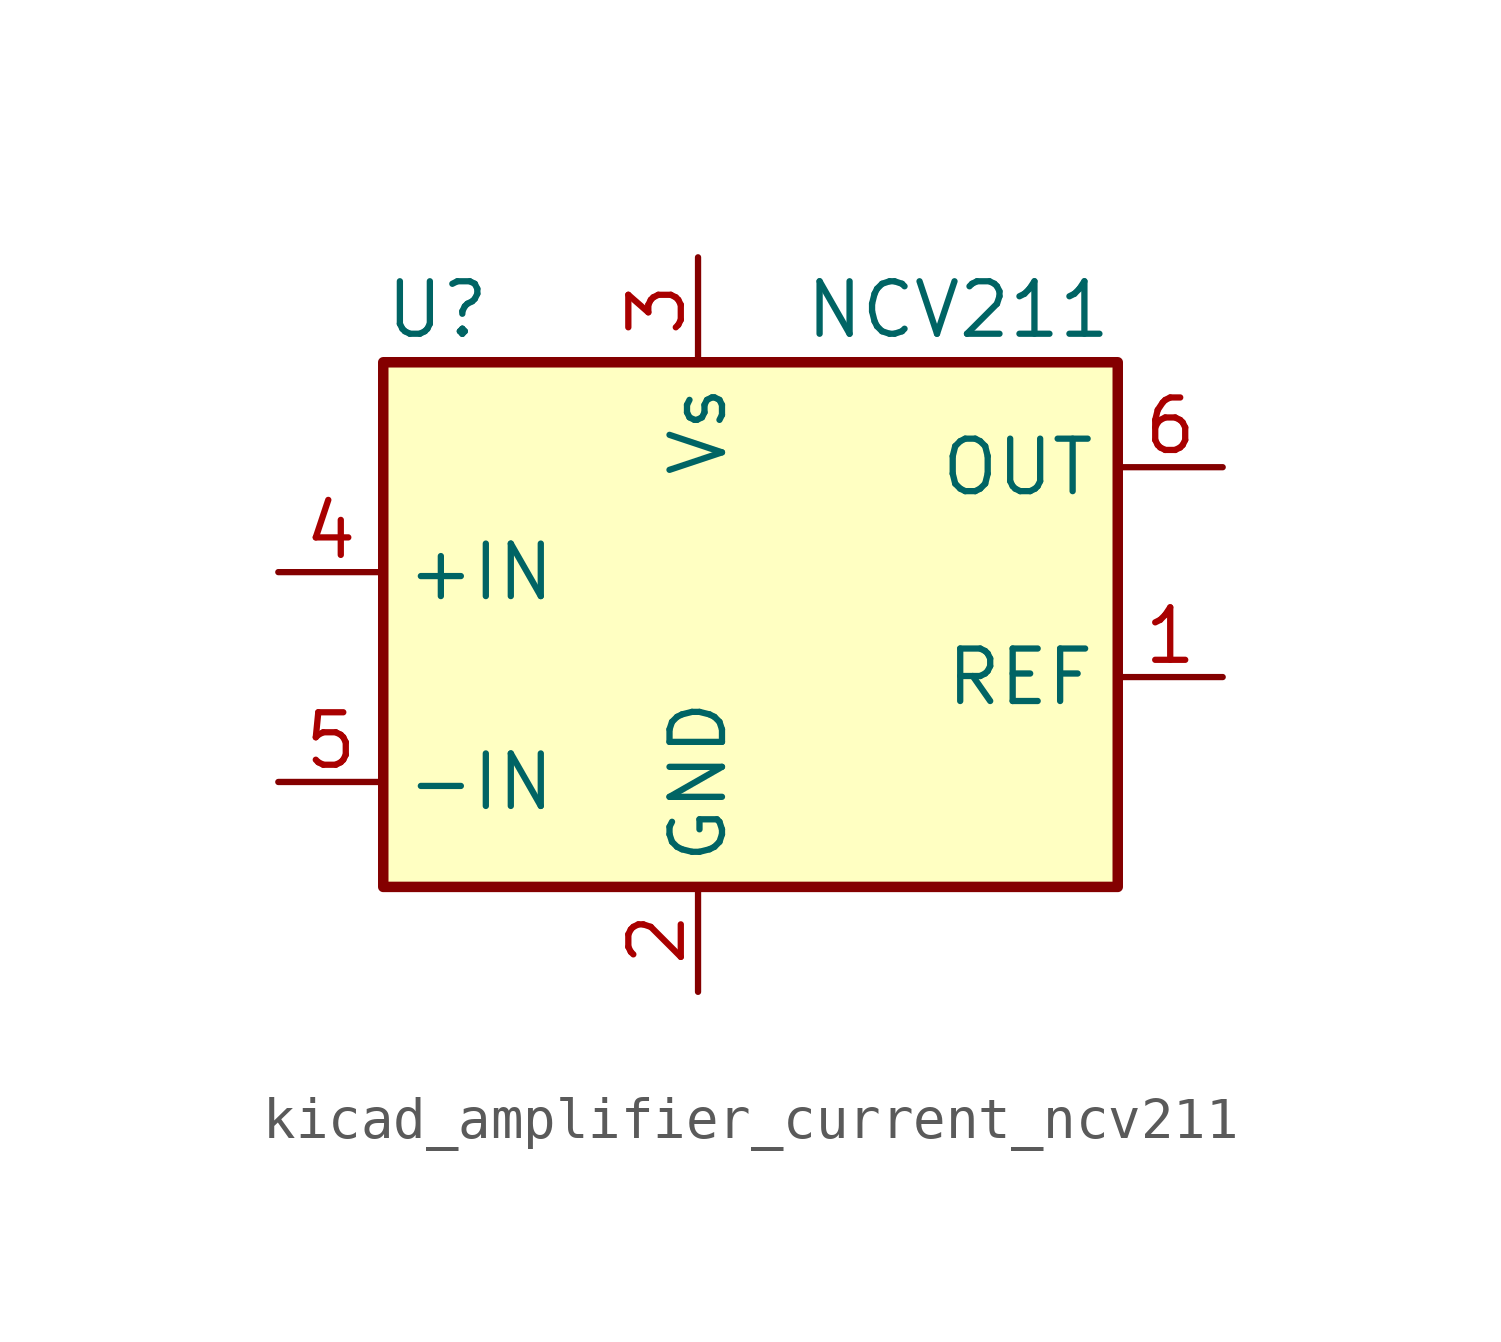
<source format=kicad_sym>
(kicad_symbol_lib
  (version 20220914)
  (generator kicad_symbol_editor)
  (symbol "kicad_amplifier_current_ncv211"
    (property "Reference" "U"
      (at -7.62 8.89 0)
      (effects (font (size 1.27 1.27)) (justify left)))
    (property "Value" "NCV211"
      (at 2.54 8.89 0)
      (effects (font (size 1.27 1.27)) (justify left)))
    (symbol "kicad_amplifier_current_ncv211_0_1"
      (rectangle (start -7.62 7.62) (end 10.16 -5.08) (stroke (width 0.254) (type default)) (fill (type background))))
    (symbol "kicad_amplifier_current_ncv211_1_1"
      (pin input line (at 12.7 0 180) (length 2.54) (name "REF" (effects (font (size 1.27 1.27)))) (number "1" (effects (font (size 1.27 1.27)))))
      (pin power_in line (at 0 -7.62 90) (length 2.54) (name "GND" (effects (font (size 1.27 1.27)))) (number "2" (effects (font (size 1.27 1.27)))))
      (pin power_in line (at 0 10.16 270) (length 2.54) (name "Vs" (effects (font (size 1.27 1.27)))) (number "3" (effects (font (size 1.27 1.27)))))
      (pin input line (at -10.16 2.54 0) (length 2.54) (name "+IN" (effects (font (size 1.27 1.27)))) (number "4" (effects (font (size 1.27 1.27)))))
      (pin input line (at -10.16 -2.54 0) (length 2.54) (name "-IN" (effects (font (size 1.27 1.27)))) (number "5" (effects (font (size 1.27 1.27)))))
      (pin output line (at 12.7 5.08 180) (length 2.54) (name "OUT" (effects (font (size 1.27 1.27)))) (number "6" (effects (font (size 1.27 1.27))))))))
</source>
